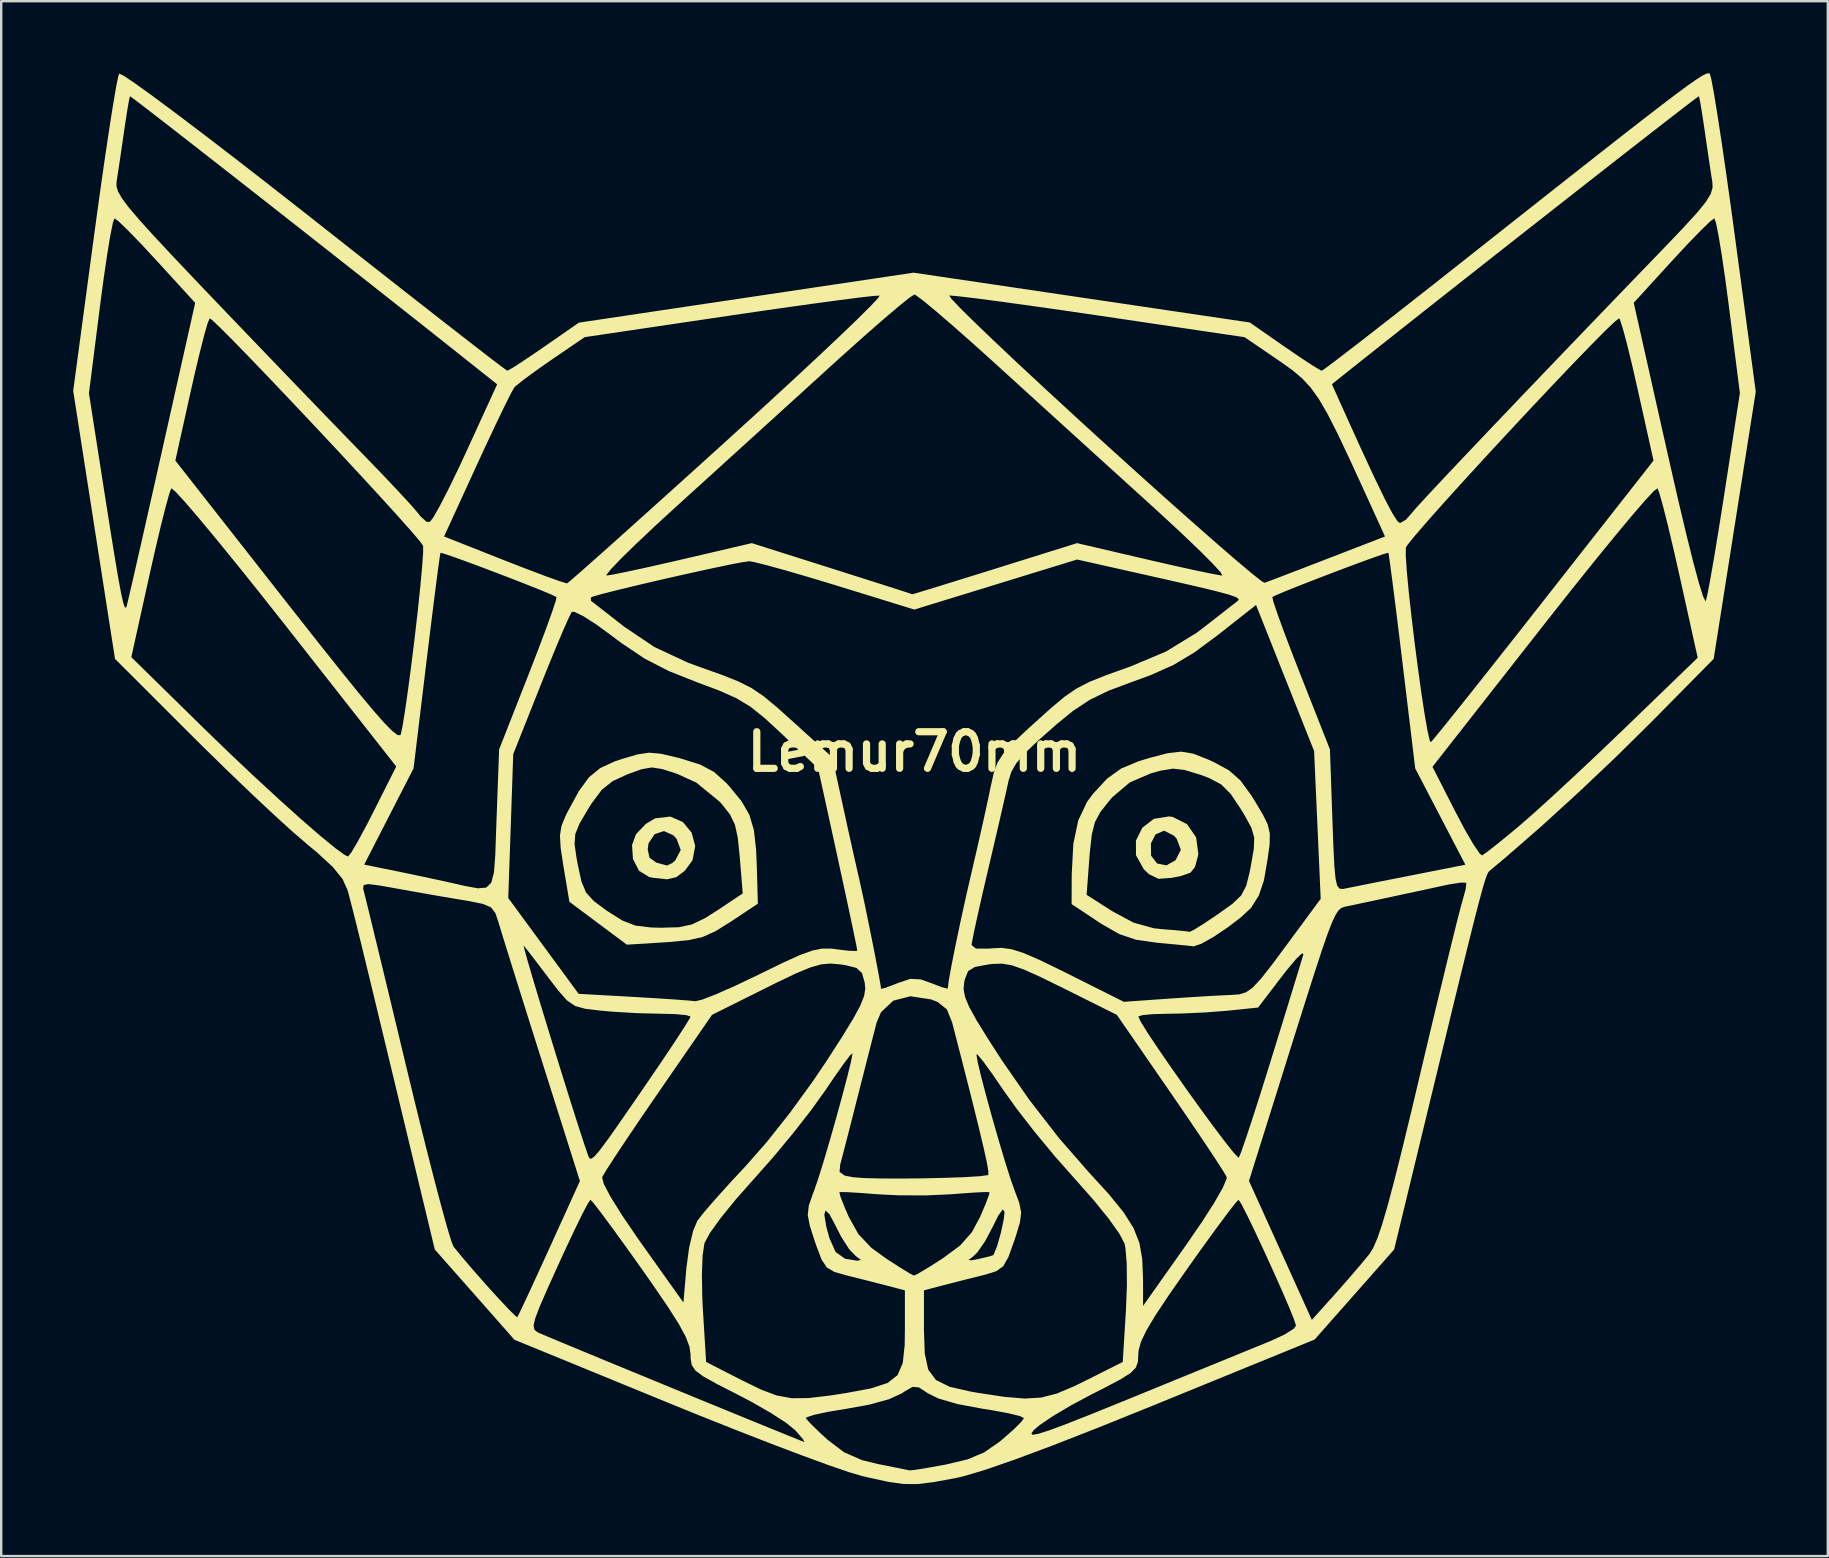
<source format=kicad_pcb>
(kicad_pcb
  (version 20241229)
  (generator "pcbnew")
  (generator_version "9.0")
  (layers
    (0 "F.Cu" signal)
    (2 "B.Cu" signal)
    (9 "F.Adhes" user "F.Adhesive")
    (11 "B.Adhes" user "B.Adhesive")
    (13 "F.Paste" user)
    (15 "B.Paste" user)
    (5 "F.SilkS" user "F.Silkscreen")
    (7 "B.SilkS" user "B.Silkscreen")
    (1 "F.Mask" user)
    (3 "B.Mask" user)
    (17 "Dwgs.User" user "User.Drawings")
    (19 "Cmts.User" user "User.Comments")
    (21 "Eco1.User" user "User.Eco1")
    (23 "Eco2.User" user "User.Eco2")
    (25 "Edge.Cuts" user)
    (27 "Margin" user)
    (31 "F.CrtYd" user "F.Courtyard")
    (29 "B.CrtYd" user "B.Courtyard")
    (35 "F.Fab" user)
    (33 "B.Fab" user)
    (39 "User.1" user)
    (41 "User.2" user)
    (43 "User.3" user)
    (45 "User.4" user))
  (footprint "Lemur70mm"
    (layer "F.Cu")
    (at 35.047 28.27)
    (property "Reference" "Lemur70mm" (at 0 0 0) (layer "F.SilkS") (effects (font (size 1.524 1.524) (thickness 0.3))))
    (attr through_hole)
    (fp_poly (pts (xy 10.756 2.715) (xy 11.355 3.015) (xy 11.737 3.565) (xy 11.827 4.243) (xy 11.805 4.376) (xy 11.688 4.803) (xy 11.503 5.035) (xy 11.127 5.17) (xy 10.712 5.254) (xy 10.17 5.293) (xy 9.776 5.105) (xy 9.553 4.891) (xy 9.23 4.31) (xy 9.229 3.823) (xy 9.851 3.823) (xy 9.859 4.327) (xy 10.11 4.655) (xy 10.496 4.733) (xy 10.874 4.524) (xy 11.099 4.089) (xy 10.928 3.629) (xy 10.809 3.495) (xy 10.402 3.287) (xy 10.045 3.442) (xy 9.851 3.823) (xy 9.229 3.823) (xy 9.229 3.702) (xy 9.495 3.164) (xy 9.974 2.795) (xy 10.611 2.694)) (stroke (width 0) (type solid)) (fill yes) (layer "F.SilkS"))
    (fp_poly (pts (xy -9.647 2.929) (xy -9.283 3.368) (xy -9.132 3.928) (xy -9.245 4.518) (xy -9.562 4.953) (xy -9.92 5.224) (xy -10.305 5.314) (xy -10.876 5.252) (xy -11.048 5.22) (xy -11.473 4.959) (xy -11.727 4.466) (xy -11.754 4.06) (xy -11.113 4.06) (xy -11.04 4.41) (xy -10.754 4.618) (xy -10.309 4.739) (xy -10.094 4.639) (xy -9.962 4.524) (xy -9.737 4.091) (xy -9.907 3.631) (xy -10.035 3.487) (xy -10.434 3.304) (xy -10.823 3.433) (xy -11.076 3.808) (xy -11.113 4.06) (xy -11.754 4.06) (xy -11.765 3.883) (xy -11.599 3.431) (xy -11.189 3.004) (xy -10.804 2.774) (xy -10.171 2.7)) (stroke (width 0) (type solid)) (fill yes) (layer "F.SilkS"))
    (fp_poly (pts (xy -10.574 0.08) (xy -9.914 0.234) (xy -9.733 0.281) (xy -8.923 0.535) (xy -8.346 0.843) (xy -7.841 1.298) (xy -7.7 1.453) (xy -7.199 2.067) (xy -6.876 2.629) (xy -6.689 3.26) (xy -6.596 4.083) (xy -6.566 4.802) (xy -6.523 6.329) (xy -7.659 7.084) (xy -8.29 7.477) (xy -8.822 7.716) (xy -9.41 7.849) (xy -10.212 7.926) (xy -10.388 7.938) (xy -11.981 8.037) (xy -13.178 7.144) (xy -14.375 6.251) (xy -14.62 4.787) (xy -14.738 4.01) (xy -14.747 3.856) (xy -14.159 3.856) (xy -14.073 4.451) (xy -14.024 4.711) (xy -13.872 5.411) (xy -13.681 5.865) (xy -13.359 6.22) (xy -12.812 6.626) (xy -12.798 6.635) (xy -12.165 7.034) (xy -11.622 7.243) (xy -10.975 7.321) (xy -10.564 7.331) (xy -9.822 7.311) (xy -9.269 7.195) (xy -8.719 6.929) (xy -8.237 6.623) (xy -7.153 5.903) (xy -7.277 4.39) (xy -7.359 3.582) (xy -7.479 3.035) (xy -7.685 2.612) (xy -8.027 2.177) (xy -8.11 2.084) (xy -9.086 1.286) (xy -9.882 0.922) (xy -10.506 0.72) (xy -10.937 0.654) (xy -11.358 0.725) (xy -11.945 0.934) (xy -12.573 1.222) (xy -13.03 1.59) (xy -13.457 2.162) (xy -13.601 2.393) (xy -13.954 2.995) (xy -14.13 3.427) (xy -14.159 3.856) (xy -14.747 3.856) (xy -14.769 3.488) (xy -14.703 3.083) (xy -14.529 2.661) (xy -14.451 2.505) (xy -13.982 1.643) (xy -13.56 1.064) (xy -13.094 0.681) (xy -12.493 0.404) (xy -12.172 0.296) (xy -11.535 0.11) (xy -11.059 0.039)) (stroke (width 0) (type solid)) (fill yes) (layer "F.SilkS"))
    (fp_poly (pts (xy 11.61 0.078) (xy 12.226 0.319) (xy 12.477 0.433) (xy 13.104 0.774) (xy 13.582 1.197) (xy 14.041 1.827) (xy 14.2 2.084) (xy 14.518 2.618) (xy 14.717 3.023) (xy 14.806 3.405) (xy 14.798 3.872) (xy 14.705 4.528) (xy 14.561 5.358) (xy 14.353 5.98) (xy 14.024 6.506) (xy 14.02 6.51) (xy 13.601 6.898) (xy 13.044 7.323) (xy 12.459 7.714) (xy 11.954 7.999) (xy 11.637 8.106) (xy 11.624 8.105) (xy 11.327 8.072) (xy 10.761 8.017) (xy 10.102 7.956) (xy 9.236 7.833) (xy 8.537 7.597) (xy 7.793 7.172) (xy 7.671 7.092) (xy 6.548 6.346) (xy 6.55 5.96) (xy 7.174 5.96) (xy 8.237 6.64) (xy 9.126 7.119) (xy 9.972 7.353) (xy 10.355 7.394) (xy 10.953 7.441) (xy 11.36 7.484) (xy 11.465 7.504) (xy 11.642 7.419) (xy 12.056 7.161) (xy 12.62 6.784) (xy 12.651 6.762) (xy 13.254 6.331) (xy 13.614 5.984) (xy 13.822 5.589) (xy 13.966 5.013) (xy 14.021 4.728) (xy 14.141 4.037) (xy 14.156 3.57) (xy 14.037 3.162) (xy 13.754 2.645) (xy 13.6 2.391) (xy 13.176 1.755) (xy 12.78 1.361) (xy 12.272 1.091) (xy 11.9 0.955) (xy 11.251 0.757) (xy 10.768 0.703) (xy 10.25 0.788) (xy 9.844 0.902) (xy 8.973 1.277) (xy 8.258 1.882) (xy 8.118 2.041) (xy 7.746 2.511) (xy 7.519 2.935) (xy 7.389 3.449) (xy 7.307 4.191) (xy 7.289 4.419) (xy 7.174 5.96) (xy 6.55 5.96) (xy 6.553 5.108) (xy 6.62 3.839) (xy 6.825 2.862) (xy 7.191 2.087) (xy 7.447 1.742) (xy 8.033 1.115) (xy 8.608 0.701) (xy 9.337 0.396) (xy 9.788 0.258) (xy 10.554 0.058) (xy 11.107 -0.005)) (stroke (width 0) (type solid)) (fill yes) (layer "F.SilkS"))
    (fp_poly (pts (xy 33.138 -28.247) (xy 33.201 -28.016) (xy 33.308 -27.44) (xy 33.451 -26.564) (xy 33.624 -25.437) (xy 33.818 -24.105) (xy 34.027 -22.616) (xy 34.173 -21.541) (xy 35.052 -15.002) (xy 33.299 -3.87) (xy 30.689 -1.227) (xy 29.234 0.21) (xy 27.672 1.689) (xy 26.107 3.116) (xy 24.644 4.391) (xy 23.952 4.97) (xy 23.903 5.031) (xy 23.843 5.159) (xy 23.765 5.386) (xy 23.659 5.744) (xy 23.519 6.263) (xy 23.335 6.975) (xy 23.1 7.911) (xy 22.806 9.103) (xy 22.445 10.582) (xy 22.009 12.38) (xy 21.489 14.527) (xy 21.403 14.883) (xy 19.986 20.737) (xy 18.33 22.612) (xy 16.673 24.488) (xy 9.974 27.224) (xy 7.686 28.147) (xy 5.753 28.903) (xy 4.169 29.494) (xy 2.929 29.922) (xy 2.028 30.189) (xy 1.714 30.26) (xy 0.802 30.427) (xy 0.127 30.51) (xy -0.458 30.507) (xy -1.101 30.415) (xy -1.947 30.229) (xy -2.183 30.174) (xy -2.721 30.015) (xy -3.57 29.723) (xy -4.676 29.319) (xy -5.984 28.823) (xy -7.44 28.256) (xy -8.988 27.639) (xy -10.168 27.16) (xy -16.666 24.496) (xy -17.189 23.903) (xy -15.867 23.903) (xy -15.834 24.075) (xy -15.716 24.176) (xy -15.613 24.225) (xy -15.292 24.362) (xy -14.681 24.617) (xy -13.834 24.968) (xy -12.808 25.393) (xy -11.656 25.867) (xy -10.435 26.37) (xy -9.199 26.878) (xy -8.005 27.368) (xy -6.906 27.818) (xy -5.959 28.204) (xy -5.219 28.505) (xy -4.74 28.698) (xy -4.579 28.759) (xy -4.641 28.643) (xy -4.902 28.338) (xy -4.976 28.257) (xy -5.353 27.953) (xy -5.643 27.766) (xy -4.524 27.766) (xy -4.354 27.964) (xy -3.977 28.333) (xy -3.615 28.666) (xy -2.929 29.186) (xy -2.193 29.509) (xy -1.532 29.672) (xy -0.877 29.802) (xy -0.393 29.9) (xy -0.198 29.94) (xy 0.031 29.917) (xy 0.544 29.834) (xy 1.236 29.709) (xy 1.319 29.693) (xy 2.219 29.479) (xy 2.897 29.194) (xy 3.526 28.761) (xy 3.651 28.659) (xy 3.945 28.401) (xy 4.871 28.401) (xy 4.922 28.457) (xy 5.159 28.417) (xy 5.617 28.271) (xy 6.328 28.007) (xy 7.326 27.613) (xy 8.645 27.079) (xy 9.14 26.877) (xy 10.478 26.33) (xy 11.753 25.809) (xy 12.9 25.34) (xy 13.855 24.95) (xy 14.553 24.665) (xy 14.853 24.542) (xy 15.423 24.278) (xy 15.801 24.039) (xy 15.899 23.911) (xy 15.814 23.647) (xy 15.601 23.121) (xy 15.295 22.411) (xy 14.931 21.595) (xy 14.546 20.752) (xy 14.175 19.959) (xy 13.854 19.295) (xy 13.618 18.836) (xy 13.503 18.663) (xy 13.502 18.663) (xy 13.358 18.82) (xy 13.026 19.25) (xy 12.543 19.902) (xy 11.948 20.722) (xy 11.361 21.547) (xy 10.591 22.651) (xy 10.033 23.491) (xy 9.658 24.119) (xy 9.436 24.587) (xy 9.338 24.945) (xy 9.327 25.108) (xy 9.311 25.416) (xy 9.225 25.657) (xy 9.004 25.883) (xy 8.587 26.147) (xy 7.912 26.504) (xy 7.392 26.767) (xy 6.542 27.22) (xy 5.781 27.671) (xy 5.209 28.058) (xy 4.973 28.26) (xy 4.871 28.401) (xy 3.945 28.401) (xy 4.136 28.233) (xy 4.467 27.901) (xy 4.564 27.76) (xy 4.382 27.673) (xy 3.895 27.555) (xy 3.192 27.426) (xy 2.828 27.369) (xy 1.798 27.177) (xy 1 26.944) (xy 0.562 26.728) (xy 0.187 26.481) (xy -0.08 26.461) (xy -0.439 26.669) (xy -0.529 26.732) (xy -1.064 26.976) (xy -1.897 27.204) (xy -2.837 27.374) (xy -3.602 27.5) (xy -4.183 27.625) (xy -4.494 27.729) (xy -4.524 27.766) (xy -5.643 27.766) (xy -5.99 27.541) (xy -6.787 27.084) (xy -7.392 26.767) (xy -8.241 26.334) (xy -8.796 26.024) (xy -9.12 25.783) (xy -9.275 25.557) (xy -9.323 25.294) (xy -9.327 25.108) (xy -9.371 24.786) (xy -9.524 24.382) (xy -9.814 23.845) (xy -10.272 23.123) (xy -10.927 22.165) (xy -11.361 21.547) (xy -12.021 20.62) (xy -12.604 19.817) (xy -13.071 19.188) (xy -13.382 18.787) (xy -13.498 18.663) (xy -13.611 18.83) (xy -13.855 19.297) (xy -14.199 20.001) (xy -14.611 20.88) (xy -14.823 21.343) (xy -15.292 22.379) (xy -15.611 23.113) (xy -15.798 23.602) (xy -15.867 23.903) (xy -17.189 23.903) (xy -18.324 22.616) (xy -19.983 20.737) (xy -21.413 14.784) (xy -21.897 12.772) (xy -22.298 11.106) (xy -22.625 9.748) (xy -22.89 8.658) (xy -23.1 7.795) (xy -23.266 7.122) (xy -23.398 6.598) (xy -23.505 6.184) (xy -23.596 5.841) (xy -23.62 5.755) (xy -23.65 5.689) (xy -22.969 5.689) (xy -22.932 5.839) (xy -22.861 6.122) (xy -22.708 6.745) (xy -22.486 7.661) (xy -22.204 8.824) (xy -21.875 10.188) (xy -21.51 11.707) (xy -21.135 13.271) (xy -20.742 14.892) (xy -20.368 16.398) (xy -20.025 17.744) (xy -19.725 18.884) (xy -19.48 19.773) (xy -19.301 20.366) (xy -19.204 20.614) (xy -18.842 21.058) (xy -18.365 21.615) (xy -17.839 22.211) (xy -17.328 22.774) (xy -16.9 23.231) (xy -16.619 23.508) (xy -16.546 23.558) (xy -16.448 23.366) (xy -16.215 22.875) (xy -15.878 22.149) (xy -15.467 21.251) (xy -15.211 20.69) (xy -13.937 17.884) (xy -13.987 17.727) (xy -13.012 17.727) (xy -12.943 18.005) (xy -12.653 18.554) (xy -12.166 19.332) (xy -11.507 20.299) (xy -11.375 20.485) (xy -9.624 22.946) (xy -9.525 21.791) (xy -8.855 21.791) (xy -8.837 22.783) (xy -8.811 23.278) (xy -8.679 25.422) (xy -7.167 26.195) (xy -6.376 26.58) (xy -5.73 26.821) (xy -5.115 26.932) (xy -4.413 26.927) (xy -3.507 26.82) (xy -2.823 26.713) (xy -1.807 26.523) (xy -1.122 26.299) (xy -0.703 25.97) (xy -0.486 25.466) (xy -0.406 24.719) (xy -0.397 24.087) (xy -0.397 22.439) (xy 0.397 22.439) (xy 0.397 24.087) (xy 0.43 25.069) (xy 0.574 25.739) (xy 0.895 26.174) (xy 1.462 26.454) (xy 2.339 26.656) (xy 2.639 26.708) (xy 3.755 26.877) (xy 4.599 26.947) (xy 5.286 26.905) (xy 5.933 26.738) (xy 6.654 26.434) (xy 7.122 26.205) (xy 8.679 25.422) (xy 8.811 23.278) (xy 8.853 22.233) (xy 8.845 21.331) (xy 8.79 20.673) (xy 8.75 20.479) (xy 8.534 20.071) (xy 8.09 19.448) (xy 7.467 18.68) (xy 6.718 17.832) (xy 6.689 17.8) (xy 5.868 16.873) (xy 5.027 15.858) (xy 4.266 14.88) (xy 3.701 14.091) (xy 3.238 13.413) (xy 2.869 12.905) (xy 2.637 12.626) (xy 2.58 12.603) (xy 2.634 12.925) (xy 2.781 13.538) (xy 2.994 14.351) (xy 3.248 15.275) (xy 3.52 16.22) (xy 3.782 17.098) (xy 4.011 17.818) (xy 4.163 18.247) (xy 4.367 18.793) (xy 4.446 19.19) (xy 4.399 19.597) (xy 4.226 20.173) (xy 4.148 20.405) (xy 3.914 21.055) (xy 3.701 21.432) (xy 3.411 21.641) (xy 2.945 21.786) (xy 2.817 21.818) (xy 2.065 22.006) (xy 1.326 22.195) (xy 1.141 22.243) (xy 0.397 22.439) (xy -0.397 22.439) (xy -1.141 22.243) (xy -1.817 22.069) (xy -2.595 21.873) (xy -2.817 21.818) (xy -3.332 21.673) (xy -3.65 21.486) (xy -3.871 21.152) (xy -4.092 20.568) (xy -4.148 20.405) (xy -4.36 19.743) (xy -4.444 19.299) (xy -4.444 19.297) (xy -3.754 19.297) (xy -3.668 19.802) (xy -3.543 20.258) (xy -3.286 20.839) (xy -2.888 21.122) (xy -2.381 21.204) (xy -2.23 21.171) (xy -2.435 21.016) (xy -2.442 21.012) (xy -2.721 20.722) (xy -3.056 20.198) (xy -3.269 19.778) (xy -3.542 19.263) (xy -3.708 19.11) (xy -3.754 19.297) (xy -4.444 19.297) (xy -4.403 18.915) (xy -4.237 18.433) (xy -4.204 18.348) (xy -3.127 18.348) (xy -3.081 18.537) (xy -2.909 18.976) (xy -2.73 19.389) (xy -2.335 20.095) (xy -1.802 20.659) (xy -1.191 21.105) (xy -0.623 21.471) (xy -0.2 21.731) (xy -0.016 21.826) (xy 0.18 21.727) (xy 0.613 21.467) (xy 1.074 21.173) (xy 2.254 21.173) (xy 2.387 21.187) (xy 2.679 21.13) (xy 3.101 21.031) (xy 3.293 20.969) (xy 3.294 20.969) (xy 3.442 20.602) (xy 3.601 20.042) (xy 3.721 19.487) (xy 3.754 19.169) (xy 3.682 19.063) (xy 3.492 19.326) (xy 3.269 19.778) (xy 2.947 20.388) (xy 2.619 20.86) (xy 2.442 21.031) (xy 2.254 21.173) (xy 1.074 21.173) (xy 1.175 21.109) (xy 1.904 20.571) (xy 2.391 20.019) (xy 2.73 19.391) (xy 2.967 18.836) (xy 3.108 18.455) (xy 3.127 18.348) (xy 2.92 18.343) (xy 2.416 18.369) (xy 1.716 18.42) (xy 1.538 18.435) (xy 0.501 18.483) (xy -0.654 18.48) (xy -1.538 18.435) (xy -2.27 18.379) (xy -2.827 18.347) (xy -3.111 18.344) (xy -3.127 18.348) (xy -4.204 18.348) (xy -4.182 18.292) (xy -4.019 17.82) (xy -3.92 17.504) (xy -3.119 17.504) (xy -2.909 17.657) (xy -2.55 17.727) (xy -2.101 17.76) (xy -1.403 17.778) (xy -0.545 17.781) (xy 0.384 17.772) (xy 1.297 17.751) (xy 2.104 17.721) (xy 2.717 17.684) (xy 3.047 17.64) (xy 3.078 17.626) (xy 3.081 17.484) (xy 3.017 17.111) (xy 2.879 16.481) (xy 2.661 15.568) (xy 2.357 14.344) (xy 1.96 12.786) (xy 1.57 11.275) (xy 1.352 10.732) (xy 0.969 10.425) (xy 0.691 10.317) (xy -0.167 10.186) (xy -0.882 10.371) (xy -1.39 10.847) (xy -1.573 11.275) (xy -1.697 11.755) (xy -1.892 12.514) (xy -2.129 13.444) (xy -2.369 14.387) (xy -2.612 15.344) (xy -2.83 16.194) (xy -2.998 16.843) (xy -3.093 17.2) (xy -3.093 17.2) (xy -3.119 17.504) (xy -3.92 17.504) (xy -3.795 17.104) (xy -3.537 16.23) (xy -3.268 15.287) (xy -3.014 14.363) (xy -2.798 13.545) (xy -2.645 12.921) (xy -2.58 12.579) (xy -2.58 12.563) (xy -2.681 12.65) (xy -2.953 13.007) (xy -3.352 13.574) (xy -3.701 14.091) (xy -4.29 14.913) (xy -5.056 15.894) (xy -5.898 16.908) (xy -6.689 17.8) (xy -7.442 18.65) (xy -8.07 19.423) (xy -8.522 20.051) (xy -8.746 20.469) (xy -8.75 20.479) (xy -8.825 20.989) (xy -8.855 21.791) (xy -9.525 21.791) (xy -9.499 21.496) (xy -9.387 20.661) (xy -9.218 19.953) (xy -9.044 19.541) (xy -8.779 19.2) (xy -8.306 18.652) (xy -7.694 17.972) (xy -7.04 17.271) (xy -6.158 16.268) (xy -5.189 15.045) (xy -4.233 13.73) (xy -3.66 12.881) (xy -3.005 11.864) (xy -2.546 11.114) (xy -2.253 10.572) (xy -2.097 10.176) (xy -2.053 9.901) (xy 2.049 9.901) (xy 2.109 10.217) (xy 2.28 10.627) (xy 2.591 11.192) (xy 3.073 11.971) (xy 3.646 12.86) (xy 4.782 14.496) (xy 6.021 16.093) (xy 7.232 17.482) (xy 8.1 18.432) (xy 8.718 19.192) (xy 9.129 19.842) (xy 9.373 20.464) (xy 9.491 21.138) (xy 9.524 21.946) (xy 9.524 22.01) (xy 9.525 23.086) (xy 11.322 20.545) (xy 11.978 19.59) (xy 12.498 18.777) (xy 12.851 18.159) (xy 12.968 17.879) (xy 13.938 17.879) (xy 15.248 20.774) (xy 16.557 23.669) (xy 17.518 22.6) (xy 18.081 21.962) (xy 18.609 21.346) (xy 18.964 20.914) (xy 19.119 20.663) (xy 19.29 20.265) (xy 19.487 19.686) (xy 19.72 18.889) (xy 20 17.836) (xy 20.337 16.491) (xy 20.741 14.819) (xy 21.036 13.572) (xy 21.416 11.968) (xy 21.776 10.463) (xy 22.104 9.106) (xy 22.387 7.948) (xy 22.613 7.038) (xy 22.771 6.425) (xy 22.839 6.186) (xy 22.965 5.73) (xy 22.992 5.47) (xy 22.986 5.457) (xy 22.767 5.451) (xy 22.306 5.522) (xy 22.124 5.559) (xy 21.234 5.752) (xy 20.268 5.959) (xy 19.341 6.158) (xy 18.567 6.323) (xy 18.061 6.429) (xy 18.045 6.433) (xy 17.906 6.461) (xy 17.785 6.508) (xy 17.669 6.609) (xy 17.544 6.799) (xy 17.396 7.114) (xy 17.212 7.59) (xy 16.979 8.262) (xy 16.682 9.166) (xy 16.308 10.338) (xy 15.842 11.813) (xy 15.273 13.626) (xy 15.203 13.851) (xy 13.938 17.879) (xy 12.968 17.879) (xy 13.008 17.785) (xy 13.009 17.717) (xy 12.866 17.471) (xy 12.533 16.954) (xy 12.046 16.222) (xy 11.442 15.328) (xy 10.757 14.328) (xy 10.666 14.196) (xy 8.482 11.032) (xy 9.327 11.032) (xy 9.434 11.257) (xy 9.726 11.727) (xy 10.161 12.379) (xy 10.693 13.152) (xy 11.279 13.985) (xy 11.876 14.817) (xy 12.439 15.586) (xy 12.925 16.231) (xy 13.291 16.691) (xy 13.492 16.904) (xy 13.515 16.909) (xy 13.609 16.685) (xy 13.799 16.139) (xy 14.067 15.331) (xy 14.393 14.317) (xy 14.757 13.157) (xy 14.868 12.799) (xy 15.242 11.588) (xy 15.581 10.487) (xy 15.865 9.56) (xy 16.076 8.869) (xy 16.194 8.478) (xy 16.207 8.434) (xy 16.151 8.395) (xy 15.906 8.629) (xy 15.52 9.089) (xy 15.319 9.346) (xy 14.32 10.656) (xy 13.084 10.785) (xy 12.149 10.859) (xy 11.118 10.906) (xy 10.587 10.914) (xy 9.939 10.931) (xy 9.484 10.975) (xy 9.327 11.032) (xy 8.482 11.032) (xy 8.434 10.962) (xy 6.205 9.85) (xy 5.251 9.382) (xy 4.564 9.073) (xy 4.059 8.897) (xy 3.653 8.828) (xy 3.262 8.839) (xy 3.084 8.86) (xy 2.524 8.965) (xy 2.238 9.137) (xy 2.102 9.47) (xy 2.071 9.619) (xy 2.049 9.901) (xy -2.053 9.901) (xy -2.048 9.868) (xy -2.071 9.619) (xy -2.186 9.218) (xy -2.413 9.006) (xy -2.875 8.891) (xy -3.084 8.86) (xy -3.493 8.824) (xy -3.883 8.857) (xy -4.336 8.985) (xy -4.938 9.236) (xy -5.771 9.634) (xy -6.205 9.85) (xy -8.434 10.962) (xy -10.666 14.196) (xy -11.359 15.206) (xy -11.976 16.118) (xy -12.481 16.877) (xy -12.836 17.427) (xy -13.006 17.713) (xy -13.012 17.727) (xy -13.987 17.727) (xy -15.528 12.861) (xy -15.965 11.479) (xy -16.372 10.187) (xy -16.731 9.043) (xy -17.022 8.107) (xy -17.033 8.071) (xy -16.279 8.071) (xy -16.252 8.216) (xy -16.125 8.677) (xy -15.916 9.392) (xy -15.644 10.299) (xy -15.329 11.336) (xy -14.99 12.441) (xy -14.646 13.551) (xy -14.316 14.605) (xy -14.019 15.54) (xy -13.773 16.295) (xy -13.599 16.807) (xy -13.587 16.841) (xy -13.536 16.94) (xy -13.459 16.956) (xy -13.325 16.854) (xy -13.105 16.596) (xy -12.77 16.146) (xy -12.292 15.468) (xy -11.64 14.524) (xy -11.048 13.662) (xy -10.453 12.787) (xy -9.947 12.029) (xy -9.569 11.447) (xy -9.358 11.101) (xy -9.327 11.033) (xy -9.507 10.972) (xy -9.98 10.929) (xy -10.587 10.914) (xy -11.531 10.891) (xy -12.556 10.831) (xy -13.079 10.785) (xy -13.709 10.709) (xy -14.135 10.592) (xy -14.473 10.362) (xy -14.843 9.944) (xy -15.224 9.446) (xy -15.681 8.843) (xy -16.051 8.361) (xy -16.264 8.089) (xy -16.279 8.071) (xy -17.033 8.071) (xy -17.229 7.437) (xy -17.327 7.113) (xy -17.458 6.722) (xy -17.64 6.485) (xy -17.975 6.339) (xy -18.565 6.219) (xy -18.838 6.174) (xy -19.321 6.093) (xy -16.922 6.093) (xy -13.99 10.085) (xy -11.708 10.213) (xy -10.773 10.269) (xy -9.968 10.322) (xy -9.385 10.366) (xy -9.128 10.393) (xy -8.847 10.328) (xy -8.289 10.113) (xy -7.53 9.78) (xy -6.646 9.361) (xy -6.467 9.273) (xy -5.481 8.792) (xy -4.768 8.469) (xy -4.249 8.281) (xy -3.843 8.2) (xy -3.473 8.201) (xy -3.242 8.23) (xy -2.724 8.292) (xy -2.417 8.299) (xy -2.381 8.283) (xy -2.422 8.055) (xy -2.54 7.486) (xy -2.723 6.619) (xy -2.963 5.502) (xy -3.25 4.178) (xy -3.574 2.694) (xy -3.577 2.679) (xy -4.012 0.695) (xy -5.513 -0.733) (xy -6.24 -1.404) (xy -6.833 -1.878) (xy -7.424 -2.234) (xy -8.143 -2.554) (xy -9.01 -2.877) (xy -10.23 -3.361) (xy -11.238 -3.88) (xy -12.214 -4.534) (xy -12.564 -4.798) (xy -13.234 -5.29) (xy -13.793 -5.648) (xy -14.165 -5.828) (xy -14.274 -5.829) (xy -14.397 -5.592) (xy -14.636 -5.054) (xy -14.961 -4.282) (xy -15.345 -3.344) (xy -15.571 -2.778) (xy -16.715 0.099) (xy -16.818 3.096) (xy -16.922 6.093) (xy -19.321 6.093) (xy -19.749 6.021) (xy -20.796 5.838) (xy -21.594 5.694) (xy -22.333 5.563) (xy -22.758 5.513) (xy -22.945 5.552) (xy -22.969 5.689) (xy -23.65 5.689) (xy -23.826 5.301) (xy -24.233 4.798) (xy -24.338 4.702) (xy -22.924 4.702) (xy -21.83 4.923) (xy -21.011 5.093) (xy -20.058 5.295) (xy -19.447 5.427) (xy -18.708 5.595) (xy -18.185 5.689) (xy -17.838 5.659) (xy -17.629 5.454) (xy -17.517 5.023) (xy -17.463 4.317) (xy -17.427 3.284) (xy -17.411 2.828) (xy -17.302 -0.099) (xy -16.07 -3.235) (xy -15.669 -4.27) (xy -15.331 -5.17) (xy -15.079 -5.873) (xy -14.934 -6.317) (xy -14.914 -6.43) (xy -13.477 -6.43) (xy -13.477 -6.289) (xy -13.293 -6.147) (xy -12.875 -5.822) (xy -12.301 -5.373) (xy -12.081 -5.202) (xy -10.838 -4.367) (xy -9.436 -3.713) (xy -9.005 -3.554) (xy -8.037 -3.209) (xy -7.333 -2.93) (xy -6.786 -2.654) (xy -6.287 -2.316) (xy -5.726 -1.852) (xy -4.995 -1.196) (xy -4.935 -1.142) (xy -3.421 0.231) (xy -2.981 2.249) (xy -2.76 3.258) (xy -2.534 4.273) (xy -2.339 5.136) (xy -2.266 5.457) (xy -2.142 6.017) (xy -1.986 6.763) (xy -1.816 7.599) (xy -1.652 8.426) (xy -1.514 9.147) (xy -1.42 9.665) (xy -1.389 9.875) (xy -1.228 9.841) (xy -0.827 9.692) (xy -0.695 9.637) (xy -0.165 9.461) (xy 0.269 9.484) (xy 0.695 9.637) (xy 1.138 9.807) (xy 1.376 9.869) (xy 1.389 9.862) (xy 1.431 9.531) (xy 1.546 8.897) (xy 1.713 8.054) (xy 2.381 8.054) (xy 2.562 8.199) (xy 3.107 8.202) (xy 3.235 8.189) (xy 3.635 8.17) (xy 4.043 8.225) (xy 4.537 8.381) (xy 5.198 8.666) (xy 6.107 9.106) (xy 6.407 9.256) (xy 8.725 10.418) (xy 10.564 10.288) (xy 11.486 10.226) (xy 12.356 10.173) (xy 13.028 10.139) (xy 13.196 10.132) (xy 13.537 10.107) (xy 13.819 10.021) (xy 14.1 9.82) (xy 14.441 9.452) (xy 14.902 8.864) (xy 15.458 8.116) (xy 16.926 6.126) (xy 16.789 3.048) (xy 16.651 -0.03) (xy 15.442 -3.072) (xy 14.232 -6.115) (xy 12.623 -4.849) (xy 11.661 -4.137) (xy 10.793 -3.617) (xy 9.839 -3.192) (xy 9.129 -2.933) (xy 8.097 -2.548) (xy 7.302 -2.162) (xy 6.595 -1.694) (xy 5.953 -1.17) (xy 5.147 -0.46) (xy 4.595 0.067) (xy 4.243 0.478) (xy 4.036 0.839) (xy 3.919 1.216) (xy 3.903 1.29) (xy 3.816 1.689) (xy 3.657 2.39) (xy 3.445 3.308) (xy 3.2 4.357) (xy 3.083 4.854) (xy 2.839 5.898) (xy 2.633 6.812) (xy 2.479 7.524) (xy 2.393 7.961) (xy 2.381 8.054) (xy 1.713 8.054) (xy 1.716 8.042) (xy 1.925 7.049) (xy 2.155 6.001) (xy 2.372 5.06) (xy 2.619 3.996) (xy 2.858 2.939) (xy 3.059 2.021) (xy 3.177 1.455) (xy 3.304 0.885) (xy 3.462 0.451) (xy 3.713 0.059) (xy 4.121 -0.385) (xy 4.751 -0.974) (xy 4.935 -1.141) (xy 5.682 -1.813) (xy 6.251 -2.289) (xy 6.752 -2.634) (xy 7.292 -2.912) (xy 7.981 -3.188) (xy 8.928 -3.527) (xy 9.005 -3.554) (xy 10.482 -4.176) (xy 11.75 -4.952) (xy 12.081 -5.202) (xy 12.691 -5.678) (xy 13.171 -6.053) (xy 13.445 -6.265) (xy 13.477 -6.289) (xy 13.513 -6.358) (xy 13.407 -6.438) (xy 13.389 -6.444) (xy 14.911 -6.444) (xy 14.956 -6.245) (xy 15.126 -5.739) (xy 15.4 -4.988) (xy 15.755 -4.054) (xy 16.074 -3.235) (xy 17.311 -0.099) (xy 17.414 2.846) (xy 17.456 3.98) (xy 17.496 4.776) (xy 17.545 5.29) (xy 17.613 5.58) (xy 17.711 5.703) (xy 17.849 5.717) (xy 17.937 5.701) (xy 18.292 5.628) (xy 18.942 5.498) (xy 19.79 5.33) (xy 20.655 5.159) (xy 22.954 4.706) (xy 21.909 2.7) (xy 20.864 0.695) (xy 20.856 0.627) (xy 21.583 0.627) (xy 22.538 2.5) (xy 22.942 3.262) (xy 23.292 3.864) (xy 23.545 4.236) (xy 23.647 4.32) (xy 23.857 4.176) (xy 24.293 3.834) (xy 24.879 3.355) (xy 25.213 3.076) (xy 25.804 2.56) (xy 26.606 1.832) (xy 27.549 0.959) (xy 28.56 0.007) (xy 29.569 -0.958) (xy 29.629 -1.016) (xy 32.632 -3.917) (xy 31.869 -7.366) (xy 31.614 -8.489) (xy 31.379 -9.477) (xy 31.179 -10.266) (xy 31.031 -10.789) (xy 30.957 -10.978) (xy 30.806 -10.864) (xy 30.44 -10.47) (xy 29.885 -9.827) (xy 29.171 -8.97) (xy 28.323 -7.931) (xy 27.371 -6.744) (xy 26.34 -5.441) (xy 26.196 -5.257) (xy 21.583 0.627) (xy 20.856 0.627) (xy 20.326 -3.77) (xy 20.17 -5.053) (xy 20.028 -6.197) (xy 19.907 -7.144) (xy 19.815 -7.84) (xy 19.769 -8.157) (xy 20.47 -8.157) (xy 20.514 -7.519) (xy 20.595 -6.661) (xy 20.706 -5.655) (xy 20.836 -4.572) (xy 20.977 -3.483) (xy 21.119 -2.457) (xy 21.255 -1.568) (xy 21.374 -0.884) (xy 21.467 -0.478) (xy 21.511 -0.397) (xy 21.645 -0.547) (xy 21.997 -0.977) (xy 22.538 -1.65) (xy 23.243 -2.533) (xy 24.083 -3.593) (xy 25.032 -4.794) (xy 26.061 -6.103) (xy 26.187 -6.264) (xy 30.792 -12.131) (xy 30.133 -15.094) (xy 29.899 -16.117) (xy 29.686 -16.987) (xy 29.512 -17.638) (xy 29.393 -18.003) (xy 29.359 -18.058) (xy 29.175 -17.917) (xy 28.764 -17.525) (xy 28.167 -16.921) (xy 27.421 -16.15) (xy 26.567 -15.253) (xy 25.644 -14.273) (xy 24.691 -13.251) (xy 23.747 -12.231) (xy 22.852 -11.253) (xy 22.045 -10.361) (xy 21.366 -9.597) (xy 20.853 -9.003) (xy 20.545 -8.622) (xy 20.474 -8.505) (xy 20.47 -8.157) (xy 19.769 -8.157) (xy 19.759 -8.228) (xy 19.746 -8.289) (xy 19.56 -8.241) (xy 19.089 -8.078) (xy 18.419 -7.833) (xy 17.633 -7.538) (xy 16.815 -7.225) (xy 16.05 -6.927) (xy 15.423 -6.675) (xy 15.017 -6.501) (xy 14.911 -6.444) (xy 13.389 -6.444) (xy 13.114 -6.543) (xy 12.588 -6.686) (xy 11.784 -6.88) (xy 10.657 -7.138) (xy 10.08 -7.268) (xy 6.778 -8.009) (xy 3.386 -6.967) (xy -0.005 -5.924) (xy -3.265 -6.931) (xy -4.361 -7.263) (xy -5.343 -7.549) (xy -6.14 -7.769) (xy -6.684 -7.904) (xy -6.884 -7.938) (xy -7.184 -7.895) (xy -7.775 -7.78) (xy -8.577 -7.611) (xy -9.51 -7.406) (xy -10.497 -7.182) (xy -11.458 -6.958) (xy -12.314 -6.752) (xy -12.985 -6.582) (xy -13.393 -6.466) (xy -13.477 -6.43) (xy -14.914 -6.43) (xy -14.911 -6.444) (xy -15.12 -6.547) (xy -15.608 -6.75) (xy -16.29 -7.021) (xy -17.081 -7.328) (xy -17.898 -7.639) (xy -18.655 -7.921) (xy -19.27 -8.142) (xy -19.656 -8.27) (xy -19.746 -8.289) (xy -19.781 -8.085) (xy -19.855 -7.544) (xy -19.962 -6.721) (xy -20.094 -5.673) (xy -20.244 -4.456) (xy -20.328 -3.771) (xy -20.867 0.692) (xy -21.896 2.697) (xy -22.924 4.702) (xy -24.338 4.702) (xy -24.9 4.184) (xy -25.28 3.87) (xy -25.861 3.371) (xy -26.655 2.651) (xy -27.597 1.769) (xy -28.622 0.786) (xy -29.665 -0.235) (xy -30.028 -0.595) (xy -33.306 -3.87) (xy -33.317 -3.942) (xy -32.626 -3.942) (xy -29.656 -1.028) (xy -28.575 0.019) (xy -27.503 1.032) (xy -26.481 1.975) (xy -25.551 2.811) (xy -24.754 3.502) (xy -24.131 4.013) (xy -23.723 4.307) (xy -23.595 4.364) (xy -23.462 4.198) (xy -23.198 3.75) (xy -22.842 3.092) (xy -22.533 2.49) (xy -21.589 0.614) (xy -26.202 -5.26) (xy -27.241 -6.575) (xy -28.206 -7.779) (xy -29.069 -8.839) (xy -29.803 -9.722) (xy -30.38 -10.394) (xy -30.773 -10.824) (xy -30.954 -10.977) (xy -30.96 -10.975) (xy -31.048 -10.738) (xy -31.203 -10.178) (xy -31.408 -9.361) (xy -31.646 -8.353) (xy -31.866 -7.378) (xy -32.626 -3.942) (xy -33.317 -3.942) (xy -34.177 -9.454) (xy -35.031 -14.934) (xy -34.391 -14.934) (xy -33.76 -10.89) (xy -33.511 -9.313) (xy -33.314 -8.091) (xy -33.161 -7.188) (xy -33.044 -6.565) (xy -32.957 -6.186) (xy -32.893 -6.014) (xy -32.843 -6.01) (xy -32.824 -6.052) (xy -32.766 -6.288) (xy -32.632 -6.863) (xy -32.433 -7.73) (xy -32.18 -8.842) (xy -31.885 -10.15) (xy -31.556 -11.607) (xy -31.439 -12.131) (xy -30.792 -12.131) (xy -26.169 -6.241) (xy -24.947 -4.689) (xy -23.945 -3.429) (xy -23.143 -2.438) (xy -22.52 -1.693) (xy -22.056 -1.169) (xy -21.732 -0.844) (xy -21.526 -0.693) (xy -21.419 -0.694) (xy -21.402 -0.721) (xy -21.333 -1.031) (xy -21.229 -1.665) (xy -21.101 -2.552) (xy -20.96 -3.621) (xy -20.828 -4.684) (xy -20.694 -5.851) (xy -20.585 -6.893) (xy -20.508 -7.743) (xy -20.467 -8.33) (xy -20.469 -8.58) (xy -20.614 -8.782) (xy -20.773 -8.969) (xy -19.596 -8.969) (xy -17.091 -7.978) (xy -16.166 -7.618) (xy -15.378 -7.321) (xy -14.797 -7.112) (xy -14.495 -7.019) (xy -14.47 -7.016) (xy -14.304 -7.151) (xy -14.053 -7.37) (xy -12.832 -7.37) (xy -12.826 -7.342) (xy -12.546 -7.386) (xy -11.955 -7.505) (xy -11.129 -7.684) (xy -10.142 -7.907) (xy -9.667 -8.017) (xy -6.776 -8.692) (xy -3.438 -7.634) (xy -2.36 -7.292) (xy -1.427 -6.995) (xy -0.697 -6.761) (xy -0.232 -6.611) (xy -0.09 -6.562) (xy 0.093 -6.614) (xy 0.594 -6.766) (xy 1.354 -7) (xy 2.314 -7.298) (xy 3.347 -7.62) (xy 6.774 -8.692) (xy 9.666 -8.017) (xy 10.7 -7.78) (xy 11.607 -7.579) (xy 12.314 -7.431) (xy 12.743 -7.351) (xy 12.826 -7.342) (xy 12.765 -7.468) (xy 12.445 -7.82) (xy 11.905 -8.361) (xy 11.183 -9.053) (xy 10.315 -9.858) (xy 9.871 -10.264) (xy 8.637 -11.383) (xy 7.232 -12.658) (xy 5.778 -13.979) (xy 4.398 -15.234) (xy 3.427 -16.118) (xy 2.478 -16.974) (xy 1.621 -17.731) (xy 0.901 -18.351) (xy 0.363 -18.796) (xy 0.08 -19.006) (xy 1.452 -19.006) (xy 1.545 -18.866) (xy 1.904 -18.487) (xy 2.503 -17.896) (xy 3.311 -17.121) (xy 4.302 -16.186) (xy 5.448 -15.121) (xy 6.719 -13.95) (xy 7.801 -12.962) (xy 9.166 -11.726) (xy 10.444 -10.579) (xy 11.605 -9.548) (xy 12.618 -8.658) (xy 13.453 -7.937) (xy 14.08 -7.411) (xy 14.468 -7.106) (xy 14.585 -7.039) (xy 14.836 -7.132) (xy 15.381 -7.339) (xy 16.143 -7.631) (xy 17.046 -7.979) (xy 17.194 -8.037) (xy 19.605 -8.969) (xy 18.796 -10.744) (xy 18.154 -12.144) (xy 17.639 -13.234) (xy 17.215 -14.068) (xy 16.849 -14.698) (xy 16.505 -15.178) (xy 16.378 -15.314) (xy 17.393 -15.314) (xy 17.913 -14.156) (xy 18.611 -12.615) (xy 19.169 -11.414) (xy 19.598 -10.53) (xy 19.911 -9.938) (xy 20.12 -9.611) (xy 20.228 -9.525) (xy 20.479 -9.67) (xy 20.676 -9.895) (xy 20.882 -10.136) (xy 21.341 -10.637) (xy 22.032 -11.377) (xy 22.932 -12.33) (xy 24.018 -13.474) (xy 25.268 -14.785) (xy 26.659 -16.239) (xy 28.169 -17.812) (xy 29.028 -18.705) (xy 29.968 -18.705) (xy 31.402 -12.318) (xy 31.798 -10.582) (xy 32.148 -9.104) (xy 32.445 -7.91) (xy 32.684 -7.025) (xy 32.857 -6.472) (xy 32.958 -6.276) (xy 32.973 -6.289) (xy 33.044 -6.587) (xy 33.162 -7.213) (xy 33.317 -8.103) (xy 33.497 -9.194) (xy 33.693 -10.423) (xy 33.75 -10.795) (xy 34.39 -14.942) (xy 33.929 -18.584) (xy 33.776 -19.732) (xy 33.629 -20.733) (xy 33.498 -21.522) (xy 33.393 -22.04) (xy 33.325 -22.225) (xy 33.143 -22.087) (xy 32.754 -21.71) (xy 32.214 -21.152) (xy 31.581 -20.471) (xy 31.575 -20.465) (xy 29.968 -18.705) (xy 29.028 -18.705) (xy 29.776 -19.482) (xy 31.203 -20.961) (xy 32.024 -21.82) (xy 32.601 -22.451) (xy 32.972 -22.908) (xy 33.177 -23.243) (xy 33.253 -23.508) (xy 33.242 -23.74) (xy 33.167 -24.219) (xy 33.06 -24.939) (xy 32.942 -25.749) (xy 32.937 -25.789) (xy 32.83 -26.502) (xy 32.742 -27.04) (xy 32.688 -27.301) (xy 32.683 -27.311) (xy 32.526 -27.2) (xy 32.092 -26.869) (xy 31.415 -26.347) (xy 30.53 -25.659) (xy 29.471 -24.833) (xy 28.272 -23.895) (xy 26.968 -22.873) (xy 25.593 -21.794) (xy 24.182 -20.685) (xy 22.768 -19.571) (xy 21.387 -18.482) (xy 20.072 -17.442) (xy 18.858 -16.48) (xy 17.973 -15.777) (xy 17.393 -15.314) (xy 16.378 -15.314) (xy 16.148 -15.561) (xy 15.745 -15.899) (xy 15.26 -16.245) (xy 15.162 -16.312) (xy 13.755 -17.272) (xy 7.722 -18.166) (xy 6.215 -18.387) (xy 4.83 -18.584) (xy 3.617 -18.751) (xy 2.626 -18.882) (xy 1.908 -18.969) (xy 1.511 -19.006) (xy 1.452 -19.006) (xy 0.08 -19.006) (xy 0.052 -19.026) (xy 0 -19.05) (xy -0.201 -18.922) (xy -0.648 -18.563) (xy -1.297 -18.012) (xy -2.102 -17.308) (xy -3.018 -16.489) (xy -3.427 -16.118) (xy -4.66 -14.996) (xy -6.065 -13.719) (xy -7.519 -12.398) (xy -8.899 -11.145) (xy -9.871 -10.264) (xy -10.793 -9.418) (xy -11.588 -8.668) (xy -12.218 -8.052) (xy -12.645 -7.607) (xy -12.832 -7.37) (xy -14.053 -7.37) (xy -13.874 -7.526) (xy -13.21 -8.114) (xy -12.343 -8.888) (xy -11.303 -9.822) (xy -10.119 -10.887) (xy -8.822 -12.058) (xy -7.784 -12.998) (xy -6.433 -14.227) (xy -5.186 -15.374) (xy -4.071 -16.41) (xy -3.117 -17.309) (xy -2.351 -18.045) (xy -1.803 -18.59) (xy -1.499 -18.918) (xy -1.451 -19.006) (xy -1.7 -18.991) (xy -2.291 -18.924) (xy -3.175 -18.81) (xy -4.302 -18.657) (xy -5.622 -18.472) (xy -7.084 -18.26) (xy -7.714 -18.167) (xy -13.739 -17.274) (xy -15.116 -16.334) (xy -15.772 -15.875) (xy -16.306 -15.482) (xy -16.628 -15.222) (xy -16.67 -15.179) (xy -16.809 -14.934) (xy -17.08 -14.392) (xy -17.452 -13.619) (xy -17.893 -12.681) (xy -18.222 -11.967) (xy -19.596 -8.969) (xy -20.773 -8.969) (xy -20.992 -9.224) (xy -21.563 -9.866) (xy -22.289 -10.664) (xy -23.13 -11.578) (xy -24.046 -12.565) (xy -24.999 -13.582) (xy -25.948 -14.589) (xy -26.854 -15.543) (xy -27.677 -16.401) (xy -28.379 -17.123) (xy -28.92 -17.665) (xy -29.261 -17.987) (xy -29.359 -18.058) (xy -29.44 -17.875) (xy -29.586 -17.37) (xy -29.78 -16.61) (xy -30.005 -15.662) (xy -30.133 -15.094) (xy -30.792 -12.131) (xy -31.439 -12.131) (xy -31.361 -12.476) (xy -29.965 -18.702) (xy -31.574 -20.463) (xy -32.208 -21.146) (xy -32.749 -21.705) (xy -33.14 -22.084) (xy -33.324 -22.225) (xy -33.325 -22.225) (xy -33.394 -22.038) (xy -33.499 -21.519) (xy -33.63 -20.727) (xy -33.777 -19.726) (xy -33.93 -18.579) (xy -34.391 -14.934) (xy -35.031 -14.934) (xy -35.047 -15.039) (xy -34.171 -21.559) (xy -33.956 -23.126) (xy -33.894 -23.563) (xy -33.245 -23.563) (xy -33.181 -23.346) (xy -33.02 -23.063) (xy -32.735 -22.681) (xy -32.296 -22.164) (xy -31.677 -21.48) (xy -30.85 -20.594) (xy -29.786 -19.473) (xy -29.224 -18.885) (xy -28.053 -17.661) (xy -26.847 -16.404) (xy -25.668 -15.178) (xy -24.579 -14.049) (xy -23.642 -13.08) (xy -22.931 -12.348) (xy -22.17 -11.56) (xy -21.501 -10.853) (xy -20.978 -10.285) (xy -20.653 -9.91) (xy -20.577 -9.807) (xy -20.328 -9.582) (xy -20.192 -9.574) (xy -20.039 -9.771) (xy -19.759 -10.267) (xy -19.384 -10.999) (xy -18.948 -11.902) (xy -18.681 -12.477) (xy -17.385 -15.308) (xy -17.97 -15.774) (xy -19.085 -16.66) (xy -20.328 -17.645) (xy -21.664 -18.701) (xy -23.059 -19.8) (xy -24.477 -20.917) (xy -25.886 -22.024) (xy -27.25 -23.095) (xy -28.536 -24.102) (xy -29.709 -25.018) (xy -30.734 -25.818) (xy -31.578 -26.473) (xy -32.206 -26.957) (xy -32.584 -27.243) (xy -32.683 -27.311) (xy -32.729 -27.109) (xy -32.813 -26.613) (xy -32.917 -25.924) (xy -32.937 -25.789) (xy -33.054 -24.98) (xy -33.162 -24.254) (xy -33.238 -23.763) (xy -33.241 -23.747) (xy -33.245 -23.563) (xy -33.894 -23.563) (xy -33.751 -24.568) (xy -33.562 -25.837) (xy -33.398 -26.887) (xy -33.264 -27.67) (xy -33.17 -28.139) (xy -33.132 -28.253) (xy -32.949 -28.168) (xy -32.486 -27.857) (xy -31.771 -27.344) (xy -30.835 -26.649) (xy -29.708 -25.797) (xy -28.417 -24.807) (xy -26.994 -23.704) (xy -25.468 -22.509) (xy -25.013 -22.151) (xy -23.469 -20.934) (xy -22.019 -19.795) (xy -20.694 -18.756) (xy -19.524 -17.842) (xy -18.538 -17.075) (xy -17.765 -16.477) (xy -17.236 -16.073) (xy -16.979 -15.886) (xy -16.96 -15.875) (xy -16.764 -15.981) (xy -16.323 -16.264) (xy -15.718 -16.672) (xy -15.421 -16.877) (xy -13.98 -17.878) (xy -0.036 -19.96) (xy 6.967 -18.923) (xy 13.971 -17.885) (xy 15.416 -16.88) (xy 16.072 -16.432) (xy 16.598 -16.087) (xy 16.916 -15.897) (xy 16.97 -15.875) (xy 17.145 -15.994) (xy 17.595 -16.332) (xy 18.285 -16.861) (xy 19.179 -17.555) (xy 20.242 -18.385) (xy 21.438 -19.324) (xy 22.677 -20.302) (xy 24.725 -21.921) (xy 26.484 -23.309) (xy 27.977 -24.485) (xy 29.225 -25.465) (xy 30.252 -26.265) (xy 31.079 -26.904) (xy 31.728 -27.396) (xy 32.222 -27.761) (xy 32.583 -28.013) (xy 32.833 -28.171) (xy 32.994 -28.251) (xy 33.089 -28.27)) (stroke (width 0) (type solid)) (fill yes) (layer "F.SilkS")))
  (gr_rect
    (start -3 -3)
    (end 73.1 61.78)
    (stroke (width 0.1) (type default))
    (fill no)
    (layer "Edge.Cuts")))
</source>
